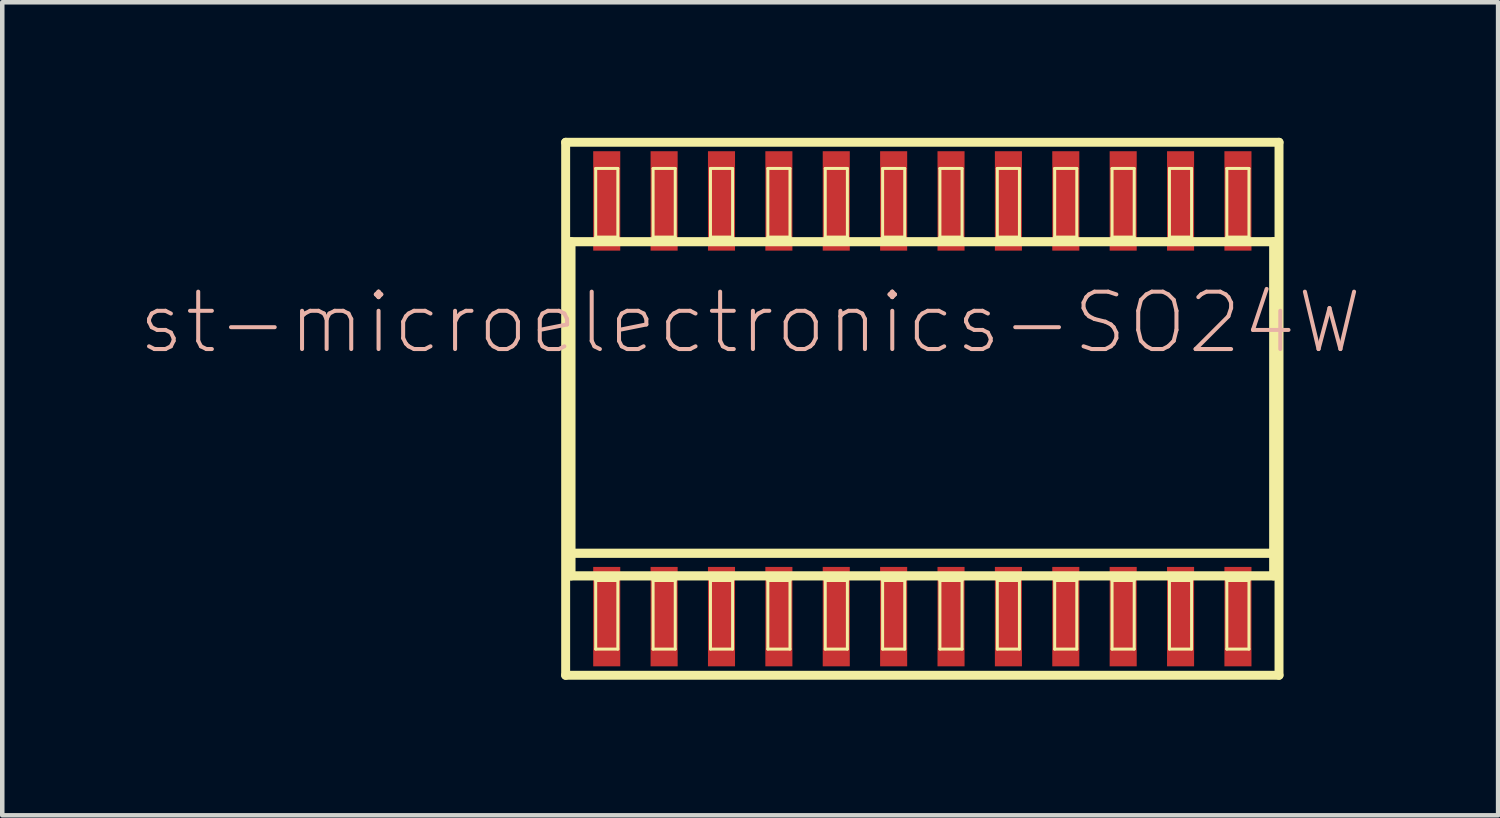
<source format=kicad_pcb>
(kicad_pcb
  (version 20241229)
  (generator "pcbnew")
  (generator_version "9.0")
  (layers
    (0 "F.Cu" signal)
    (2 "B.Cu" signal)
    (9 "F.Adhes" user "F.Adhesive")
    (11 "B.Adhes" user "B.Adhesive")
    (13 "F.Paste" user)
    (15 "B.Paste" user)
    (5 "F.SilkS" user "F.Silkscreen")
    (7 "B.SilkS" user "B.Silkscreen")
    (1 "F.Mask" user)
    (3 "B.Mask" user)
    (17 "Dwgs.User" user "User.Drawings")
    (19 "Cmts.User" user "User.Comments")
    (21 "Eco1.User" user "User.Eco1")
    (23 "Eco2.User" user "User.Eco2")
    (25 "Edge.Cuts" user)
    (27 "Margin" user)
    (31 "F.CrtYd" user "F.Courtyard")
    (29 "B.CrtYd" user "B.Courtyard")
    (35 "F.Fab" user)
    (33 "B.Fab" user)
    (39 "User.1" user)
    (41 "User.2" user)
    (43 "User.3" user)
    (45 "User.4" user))
  (footprint "st-microelectronics-SO24W"
    (layer "F.Cu")
    (at 17.363 5.997)
    (property "Reference" "st-microelectronics-SO24W" (at -3.81 -1.905 0) (layer "B.SilkS") (effects (font (size 1.27 1.27) (thickness 0.089))))
    (attr smd)
    (fp_line (start -7.894 -5.898) (end 7.894 -5.898) (stroke (width 0.198) (type solid)) (layer "F.SilkS"))
    (fp_line (start -7.894 5.898) (end -7.894 -5.898) (stroke (width 0.198) (type solid)) (layer "F.SilkS"))
    (fp_line (start -7.777 -3.698) (end 7.777 -3.698) (stroke (width 0.203) (type solid)) (layer "F.SilkS"))
    (fp_line (start -7.777 3.198) (end -7.777 -3.698) (stroke (width 0.203) (type solid)) (layer "F.SilkS"))
    (fp_line (start -7.777 3.698) (end -7.777 3.198) (stroke (width 0.203) (type solid)) (layer "F.SilkS"))
    (fp_line (start -7.229 -5.319) (end -6.739 -5.319) (stroke (width 0.066) (type solid)) (layer "F.SilkS"))
    (fp_line (start -7.229 -3.8) (end -7.229 -5.319) (stroke (width 0.066) (type solid)) (layer "F.SilkS"))
    (fp_line (start -7.229 -3.8) (end -6.739 -3.8) (stroke (width 0.066) (type solid)) (layer "F.SilkS"))
    (fp_line (start -7.229 3.8) (end -6.739 3.8) (stroke (width 0.066) (type solid)) (layer "F.SilkS"))
    (fp_line (start -7.229 5.319) (end -7.229 3.8) (stroke (width 0.066) (type solid)) (layer "F.SilkS"))
    (fp_line (start -7.229 5.319) (end -6.739 5.319) (stroke (width 0.066) (type solid)) (layer "F.SilkS"))
    (fp_line (start -6.739 -3.8) (end -6.739 -5.319) (stroke (width 0.066) (type solid)) (layer "F.SilkS"))
    (fp_line (start -6.739 5.319) (end -6.739 3.8) (stroke (width 0.066) (type solid)) (layer "F.SilkS"))
    (fp_line (start -5.959 -5.319) (end -5.469 -5.319) (stroke (width 0.066) (type solid)) (layer "F.SilkS"))
    (fp_line (start -5.959 -3.8) (end -5.959 -5.319) (stroke (width 0.066) (type solid)) (layer "F.SilkS"))
    (fp_line (start -5.959 -3.8) (end -5.469 -3.8) (stroke (width 0.066) (type solid)) (layer "F.SilkS"))
    (fp_line (start -5.959 3.8) (end -5.469 3.8) (stroke (width 0.066) (type solid)) (layer "F.SilkS"))
    (fp_line (start -5.959 5.319) (end -5.959 3.8) (stroke (width 0.066) (type solid)) (layer "F.SilkS"))
    (fp_line (start -5.959 5.319) (end -5.469 5.319) (stroke (width 0.066) (type solid)) (layer "F.SilkS"))
    (fp_line (start -5.469 -3.8) (end -5.469 -5.319) (stroke (width 0.066) (type solid)) (layer "F.SilkS"))
    (fp_line (start -5.469 5.319) (end -5.469 3.8) (stroke (width 0.066) (type solid)) (layer "F.SilkS"))
    (fp_line (start -4.689 -5.319) (end -4.199 -5.319) (stroke (width 0.066) (type solid)) (layer "F.SilkS"))
    (fp_line (start -4.689 -3.8) (end -4.689 -5.319) (stroke (width 0.066) (type solid)) (layer "F.SilkS"))
    (fp_line (start -4.689 -3.8) (end -4.199 -3.8) (stroke (width 0.066) (type solid)) (layer "F.SilkS"))
    (fp_line (start -4.689 3.8) (end -4.199 3.8) (stroke (width 0.066) (type solid)) (layer "F.SilkS"))
    (fp_line (start -4.689 5.319) (end -4.689 3.8) (stroke (width 0.066) (type solid)) (layer "F.SilkS"))
    (fp_line (start -4.689 5.319) (end -4.199 5.319) (stroke (width 0.066) (type solid)) (layer "F.SilkS"))
    (fp_line (start -4.199 -3.8) (end -4.199 -5.319) (stroke (width 0.066) (type solid)) (layer "F.SilkS"))
    (fp_line (start -4.199 5.319) (end -4.199 3.8) (stroke (width 0.066) (type solid)) (layer "F.SilkS"))
    (fp_line (start -3.419 -5.319) (end -2.929 -5.319) (stroke (width 0.066) (type solid)) (layer "F.SilkS"))
    (fp_line (start -3.419 -3.8) (end -3.419 -5.319) (stroke (width 0.066) (type solid)) (layer "F.SilkS"))
    (fp_line (start -3.419 -3.8) (end -2.929 -3.8) (stroke (width 0.066) (type solid)) (layer "F.SilkS"))
    (fp_line (start -3.419 3.8) (end -2.929 3.8) (stroke (width 0.066) (type solid)) (layer "F.SilkS"))
    (fp_line (start -3.419 5.319) (end -3.419 3.8) (stroke (width 0.066) (type solid)) (layer "F.SilkS"))
    (fp_line (start -3.419 5.319) (end -2.929 5.319) (stroke (width 0.066) (type solid)) (layer "F.SilkS"))
    (fp_line (start -2.929 -3.8) (end -2.929 -5.319) (stroke (width 0.066) (type solid)) (layer "F.SilkS"))
    (fp_line (start -2.929 5.319) (end -2.929 3.8) (stroke (width 0.066) (type solid)) (layer "F.SilkS"))
    (fp_line (start -2.149 -5.319) (end -1.659 -5.319) (stroke (width 0.066) (type solid)) (layer "F.SilkS"))
    (fp_line (start -2.149 -3.8) (end -2.149 -5.319) (stroke (width 0.066) (type solid)) (layer "F.SilkS"))
    (fp_line (start -2.149 -3.8) (end -1.659 -3.8) (stroke (width 0.066) (type solid)) (layer "F.SilkS"))
    (fp_line (start -2.149 3.8) (end -1.659 3.8) (stroke (width 0.066) (type solid)) (layer "F.SilkS"))
    (fp_line (start -2.149 5.319) (end -2.149 3.8) (stroke (width 0.066) (type solid)) (layer "F.SilkS"))
    (fp_line (start -2.149 5.319) (end -1.659 5.319) (stroke (width 0.066) (type solid)) (layer "F.SilkS"))
    (fp_line (start -1.659 -3.8) (end -1.659 -5.319) (stroke (width 0.066) (type solid)) (layer "F.SilkS"))
    (fp_line (start -1.659 5.319) (end -1.659 3.8) (stroke (width 0.066) (type solid)) (layer "F.SilkS"))
    (fp_line (start -0.879 -5.319) (end -0.389 -5.319) (stroke (width 0.066) (type solid)) (layer "F.SilkS"))
    (fp_line (start -0.879 -3.8) (end -0.879 -5.319) (stroke (width 0.066) (type solid)) (layer "F.SilkS"))
    (fp_line (start -0.879 -3.8) (end -0.389 -3.8) (stroke (width 0.066) (type solid)) (layer "F.SilkS"))
    (fp_line (start -0.879 3.8) (end -0.389 3.8) (stroke (width 0.066) (type solid)) (layer "F.SilkS"))
    (fp_line (start -0.879 5.319) (end -0.879 3.8) (stroke (width 0.066) (type solid)) (layer "F.SilkS"))
    (fp_line (start -0.879 5.319) (end -0.389 5.319) (stroke (width 0.066) (type solid)) (layer "F.SilkS"))
    (fp_line (start -0.389 -3.8) (end -0.389 -5.319) (stroke (width 0.066) (type solid)) (layer "F.SilkS"))
    (fp_line (start -0.389 5.319) (end -0.389 3.8) (stroke (width 0.066) (type solid)) (layer "F.SilkS"))
    (fp_line (start 0.389 -5.319) (end 0.879 -5.319) (stroke (width 0.066) (type solid)) (layer "F.SilkS"))
    (fp_line (start 0.389 -3.8) (end 0.389 -5.319) (stroke (width 0.066) (type solid)) (layer "F.SilkS"))
    (fp_line (start 0.389 -3.8) (end 0.879 -3.8) (stroke (width 0.066) (type solid)) (layer "F.SilkS"))
    (fp_line (start 0.389 3.8) (end 0.879 3.8) (stroke (width 0.066) (type solid)) (layer "F.SilkS"))
    (fp_line (start 0.389 5.319) (end 0.389 3.8) (stroke (width 0.066) (type solid)) (layer "F.SilkS"))
    (fp_line (start 0.389 5.319) (end 0.879 5.319) (stroke (width 0.066) (type solid)) (layer "F.SilkS"))
    (fp_line (start 0.879 -3.8) (end 0.879 -5.319) (stroke (width 0.066) (type solid)) (layer "F.SilkS"))
    (fp_line (start 0.879 5.319) (end 0.879 3.8) (stroke (width 0.066) (type solid)) (layer "F.SilkS"))
    (fp_line (start 1.659 -5.319) (end 2.149 -5.319) (stroke (width 0.066) (type solid)) (layer "F.SilkS"))
    (fp_line (start 1.659 -3.8) (end 1.659 -5.319) (stroke (width 0.066) (type solid)) (layer "F.SilkS"))
    (fp_line (start 1.659 -3.8) (end 2.149 -3.8) (stroke (width 0.066) (type solid)) (layer "F.SilkS"))
    (fp_line (start 1.659 3.8) (end 2.149 3.8) (stroke (width 0.066) (type solid)) (layer "F.SilkS"))
    (fp_line (start 1.659 5.319) (end 1.659 3.8) (stroke (width 0.066) (type solid)) (layer "F.SilkS"))
    (fp_line (start 1.659 5.319) (end 2.149 5.319) (stroke (width 0.066) (type solid)) (layer "F.SilkS"))
    (fp_line (start 2.149 -3.8) (end 2.149 -5.319) (stroke (width 0.066) (type solid)) (layer "F.SilkS"))
    (fp_line (start 2.149 5.319) (end 2.149 3.8) (stroke (width 0.066) (type solid)) (layer "F.SilkS"))
    (fp_line (start 2.929 -5.319) (end 3.419 -5.319) (stroke (width 0.066) (type solid)) (layer "F.SilkS"))
    (fp_line (start 2.929 -3.8) (end 2.929 -5.319) (stroke (width 0.066) (type solid)) (layer "F.SilkS"))
    (fp_line (start 2.929 -3.8) (end 3.419 -3.8) (stroke (width 0.066) (type solid)) (layer "F.SilkS"))
    (fp_line (start 2.929 3.8) (end 3.419 3.8) (stroke (width 0.066) (type solid)) (layer "F.SilkS"))
    (fp_line (start 2.929 5.319) (end 2.929 3.8) (stroke (width 0.066) (type solid)) (layer "F.SilkS"))
    (fp_line (start 2.929 5.319) (end 3.419 5.319) (stroke (width 0.066) (type solid)) (layer "F.SilkS"))
    (fp_line (start 3.419 -3.8) (end 3.419 -5.319) (stroke (width 0.066) (type solid)) (layer "F.SilkS"))
    (fp_line (start 3.419 5.319) (end 3.419 3.8) (stroke (width 0.066) (type solid)) (layer "F.SilkS"))
    (fp_line (start 4.199 -5.319) (end 4.689 -5.319) (stroke (width 0.066) (type solid)) (layer "F.SilkS"))
    (fp_line (start 4.199 -3.8) (end 4.199 -5.319) (stroke (width 0.066) (type solid)) (layer "F.SilkS"))
    (fp_line (start 4.199 -3.8) (end 4.689 -3.8) (stroke (width 0.066) (type solid)) (layer "F.SilkS"))
    (fp_line (start 4.199 3.8) (end 4.689 3.8) (stroke (width 0.066) (type solid)) (layer "F.SilkS"))
    (fp_line (start 4.199 5.319) (end 4.199 3.8) (stroke (width 0.066) (type solid)) (layer "F.SilkS"))
    (fp_line (start 4.199 5.319) (end 4.689 5.319) (stroke (width 0.066) (type solid)) (layer "F.SilkS"))
    (fp_line (start 4.689 -3.8) (end 4.689 -5.319) (stroke (width 0.066) (type solid)) (layer "F.SilkS"))
    (fp_line (start 4.689 5.319) (end 4.689 3.8) (stroke (width 0.066) (type solid)) (layer "F.SilkS"))
    (fp_line (start 5.469 -5.319) (end 5.959 -5.319) (stroke (width 0.066) (type solid)) (layer "F.SilkS"))
    (fp_line (start 5.469 -3.8) (end 5.469 -5.319) (stroke (width 0.066) (type solid)) (layer "F.SilkS"))
    (fp_line (start 5.469 -3.8) (end 5.959 -3.8) (stroke (width 0.066) (type solid)) (layer "F.SilkS"))
    (fp_line (start 5.469 3.8) (end 5.959 3.8) (stroke (width 0.066) (type solid)) (layer "F.SilkS"))
    (fp_line (start 5.469 5.319) (end 5.469 3.8) (stroke (width 0.066) (type solid)) (layer "F.SilkS"))
    (fp_line (start 5.469 5.319) (end 5.959 5.319) (stroke (width 0.066) (type solid)) (layer "F.SilkS"))
    (fp_line (start 5.959 -3.8) (end 5.959 -5.319) (stroke (width 0.066) (type solid)) (layer "F.SilkS"))
    (fp_line (start 5.959 5.319) (end 5.959 3.8) (stroke (width 0.066) (type solid)) (layer "F.SilkS"))
    (fp_line (start 6.739 -5.319) (end 7.229 -5.319) (stroke (width 0.066) (type solid)) (layer "F.SilkS"))
    (fp_line (start 6.739 -3.8) (end 6.739 -5.319) (stroke (width 0.066) (type solid)) (layer "F.SilkS"))
    (fp_line (start 6.739 -3.8) (end 7.229 -3.8) (stroke (width 0.066) (type solid)) (layer "F.SilkS"))
    (fp_line (start 6.739 3.8) (end 7.229 3.8) (stroke (width 0.066) (type solid)) (layer "F.SilkS"))
    (fp_line (start 6.739 5.319) (end 6.739 3.8) (stroke (width 0.066) (type solid)) (layer "F.SilkS"))
    (fp_line (start 6.739 5.319) (end 7.229 5.319) (stroke (width 0.066) (type solid)) (layer "F.SilkS"))
    (fp_line (start 7.229 -3.8) (end 7.229 -5.319) (stroke (width 0.066) (type solid)) (layer "F.SilkS"))
    (fp_line (start 7.229 5.319) (end 7.229 3.8) (stroke (width 0.066) (type solid)) (layer "F.SilkS"))
    (fp_line (start 7.777 -3.698) (end 7.777 3.198) (stroke (width 0.203) (type solid)) (layer "F.SilkS"))
    (fp_line (start 7.777 3.198) (end -7.777 3.198) (stroke (width 0.203) (type solid)) (layer "F.SilkS"))
    (fp_line (start 7.777 3.198) (end 7.777 3.698) (stroke (width 0.203) (type solid)) (layer "F.SilkS"))
    (fp_line (start 7.777 3.698) (end -7.777 3.698) (stroke (width 0.203) (type solid)) (layer "F.SilkS"))
    (fp_line (start 7.894 -5.898) (end 7.894 5.898) (stroke (width 0.198) (type solid)) (layer "F.SilkS"))
    (fp_line (start 7.894 5.898) (end -7.894 5.898) (stroke (width 0.198) (type solid)) (layer "F.SilkS"))
    (pad "1" smd rect (at -6.985 4.6) (size 0.599 2.2) (layers "F.Cu" "F.Mask" "F.Paste"))
    (pad "2" smd rect (at -5.715 4.6) (size 0.599 2.2) (layers "F.Cu" "F.Mask" "F.Paste"))
    (pad "3" smd rect (at -4.445 4.6) (size 0.599 2.2) (layers "F.Cu" "F.Mask" "F.Paste"))
    (pad "4" smd rect (at -3.175 4.6) (size 0.599 2.2) (layers "F.Cu" "F.Mask" "F.Paste"))
    (pad "5" smd rect (at -1.905 4.6) (size 0.599 2.2) (layers "F.Cu" "F.Mask" "F.Paste"))
    (pad "6" smd rect (at -0.635 4.6) (size 0.599 2.2) (layers "F.Cu" "F.Mask" "F.Paste"))
    (pad "7" smd rect (at 0.635 4.6) (size 0.599 2.2) (layers "F.Cu" "F.Mask" "F.Paste"))
    (pad "8" smd rect (at 1.905 4.6) (size 0.599 2.2) (layers "F.Cu" "F.Mask" "F.Paste"))
    (pad "9" smd rect (at 3.175 4.6) (size 0.599 2.2) (layers "F.Cu" "F.Mask" "F.Paste"))
    (pad "10" smd rect (at 4.445 4.6) (size 0.599 2.2) (layers "F.Cu" "F.Mask" "F.Paste"))
    (pad "11" smd rect (at 5.715 4.6) (size 0.599 2.2) (layers "F.Cu" "F.Mask" "F.Paste"))
    (pad "12" smd rect (at 6.985 4.6) (size 0.599 2.2) (layers "F.Cu" "F.Mask" "F.Paste"))
    (pad "13" smd rect (at 6.985 -4.6) (size 0.599 2.2) (layers "F.Cu" "F.Mask" "F.Paste"))
    (pad "14" smd rect (at 5.715 -4.6) (size 0.599 2.2) (layers "F.Cu" "F.Mask" "F.Paste"))
    (pad "15" smd rect (at 4.445 -4.6) (size 0.599 2.2) (layers "F.Cu" "F.Mask" "F.Paste"))
    (pad "16" smd rect (at 3.175 -4.6) (size 0.599 2.2) (layers "F.Cu" "F.Mask" "F.Paste"))
    (pad "17" smd rect (at 1.905 -4.6) (size 0.599 2.2) (layers "F.Cu" "F.Mask" "F.Paste"))
    (pad "18" smd rect (at 0.635 -4.6) (size 0.599 2.2) (layers "F.Cu" "F.Mask" "F.Paste"))
    (pad "19" smd rect (at -0.635 -4.6) (size 0.599 2.2) (layers "F.Cu" "F.Mask" "F.Paste"))
    (pad "20" smd rect (at -1.905 -4.6) (size 0.599 2.2) (layers "F.Cu" "F.Mask" "F.Paste"))
    (pad "21" smd rect (at -3.175 -4.6) (size 0.599 2.2) (layers "F.Cu" "F.Mask" "F.Paste"))
    (pad "22" smd rect (at -4.445 -4.6) (size 0.599 2.2) (layers "F.Cu" "F.Mask" "F.Paste"))
    (pad "23" smd rect (at -5.715 -4.6) (size 0.599 2.2) (layers "F.Cu" "F.Mask" "F.Paste"))
    (pad "24" smd rect (at -6.985 -4.6) (size 0.599 2.2) (layers "F.Cu" "F.Mask" "F.Paste")))
  (gr_rect
    (start -3 -3)
    (end 30.106 14.994)
    (stroke (width 0.1) (type default))
    (fill no)
    (layer "Edge.Cuts")))
</source>
